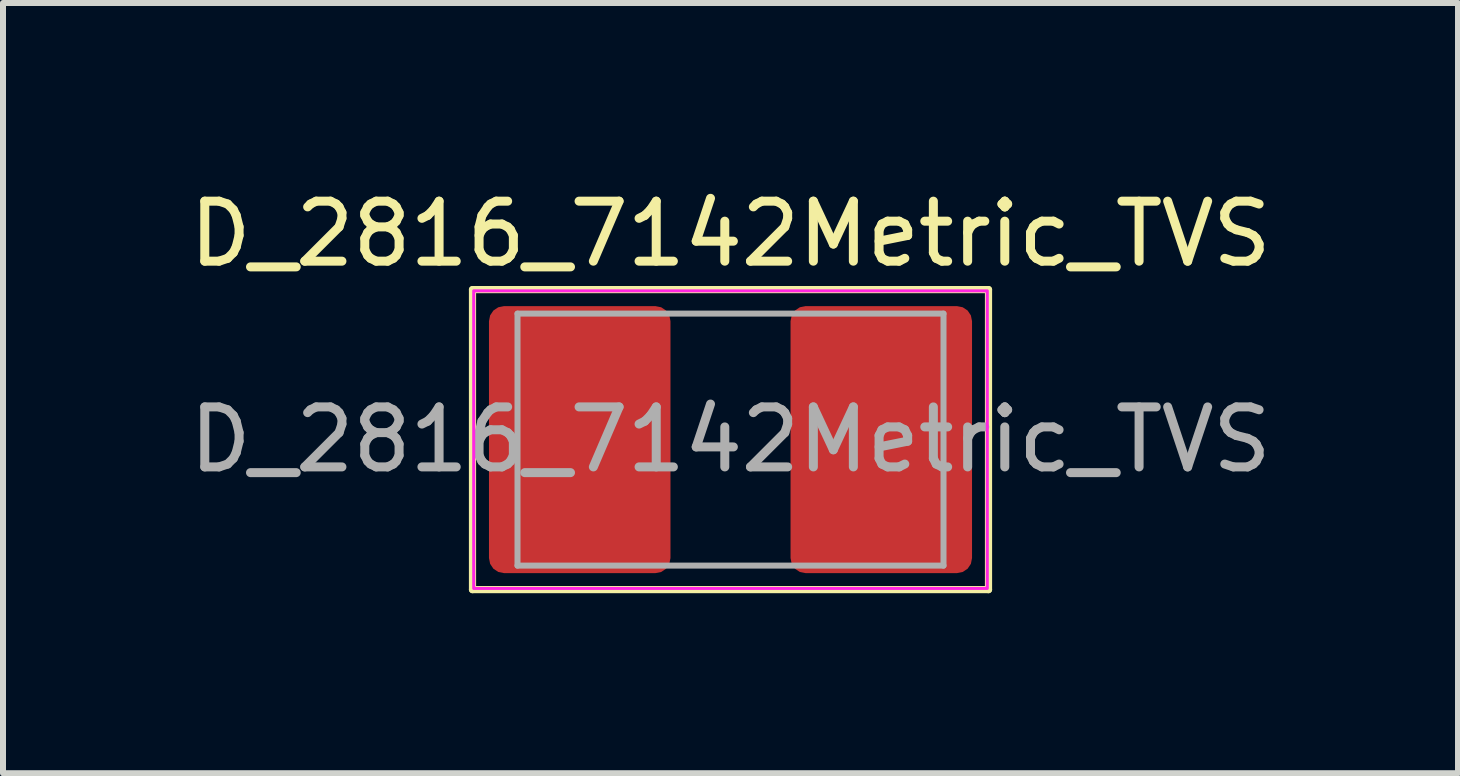
<source format=kicad_pcb>
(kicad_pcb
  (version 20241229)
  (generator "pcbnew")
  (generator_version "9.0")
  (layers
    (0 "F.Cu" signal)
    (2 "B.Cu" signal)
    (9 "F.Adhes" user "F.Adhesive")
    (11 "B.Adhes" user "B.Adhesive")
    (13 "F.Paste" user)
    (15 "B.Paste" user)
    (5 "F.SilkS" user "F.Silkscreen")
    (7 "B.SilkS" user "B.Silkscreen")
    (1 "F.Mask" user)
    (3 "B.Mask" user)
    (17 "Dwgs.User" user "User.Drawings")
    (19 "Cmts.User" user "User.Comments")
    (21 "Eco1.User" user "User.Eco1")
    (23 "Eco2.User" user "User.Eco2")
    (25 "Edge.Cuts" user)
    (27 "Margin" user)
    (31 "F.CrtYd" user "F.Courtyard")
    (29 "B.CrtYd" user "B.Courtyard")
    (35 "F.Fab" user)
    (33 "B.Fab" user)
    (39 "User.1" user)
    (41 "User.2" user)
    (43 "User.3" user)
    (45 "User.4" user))
  (footprint "D_2816_7142Metric_TVS"
    (layer "F.Cu")
    (at 9.125 4.277)
    (property "Reference" "D_2816_7142Metric_TVS" (at 0 -3.429 0) (layer "F.SilkS") (effects (font (size 1 1) (thickness 0.15))))
    (attr smd)
    (fp_line (start -4.3 -2.5) (end -4.3 2.5) (stroke (width 0.12) (type solid)) (layer "F.SilkS"))
    (fp_line (start -4.3 2.5) (end 4.3 2.5) (stroke (width 0.12) (type solid)) (layer "F.SilkS"))
    (fp_line (start 4.3 -2.5) (end -4.3 -2.5) (stroke (width 0.12) (type solid)) (layer "F.SilkS"))
    (fp_line (start 4.3 2.5) (end 4.3 -2.5) (stroke (width 0.12) (type solid)) (layer "F.SilkS"))
    (fp_rect (start -4.28 -2.48) (end 4.28 2.48) (stroke (width 0.05) (type solid)) (fill no) (layer "F.CrtYd"))
    (fp_line (start -3.55 -2.1) (end -3.55 2.1) (stroke (width 0.1) (type solid)) (layer "F.Fab"))
    (fp_line (start -3.55 2.1) (end 3.55 2.1) (stroke (width 0.1) (type solid)) (layer "F.Fab"))
    (fp_line (start 3.55 -2.1) (end -3.55 -2.1) (stroke (width 0.1) (type solid)) (layer "F.Fab"))
    (fp_line (start 3.55 2.1) (end 3.55 -2.1) (stroke (width 0.1) (type solid)) (layer "F.Fab"))
    (fp_text user "${REFERENCE}" (at 0 0 0) (layer "F.Fab") (effects (font (size 1 1) (thickness 0.15))))
    (pad "1" smd roundrect (at -2.513 0) (size 3.025 4.45) (layers "F.Cu" "F.Mask" "F.Paste") (roundrect_rratio 0.083))
    (pad "2" smd roundrect (at 2.513 0) (size 3.025 4.45) (layers "F.Cu" "F.Mask" "F.Paste") (roundrect_rratio 0.083)))
  (gr_rect
    (start -3 -3)
    (end 21.25 9.837)
    (stroke (width 0.1) (type default))
    (fill no)
    (layer "Edge.Cuts")))
</source>
